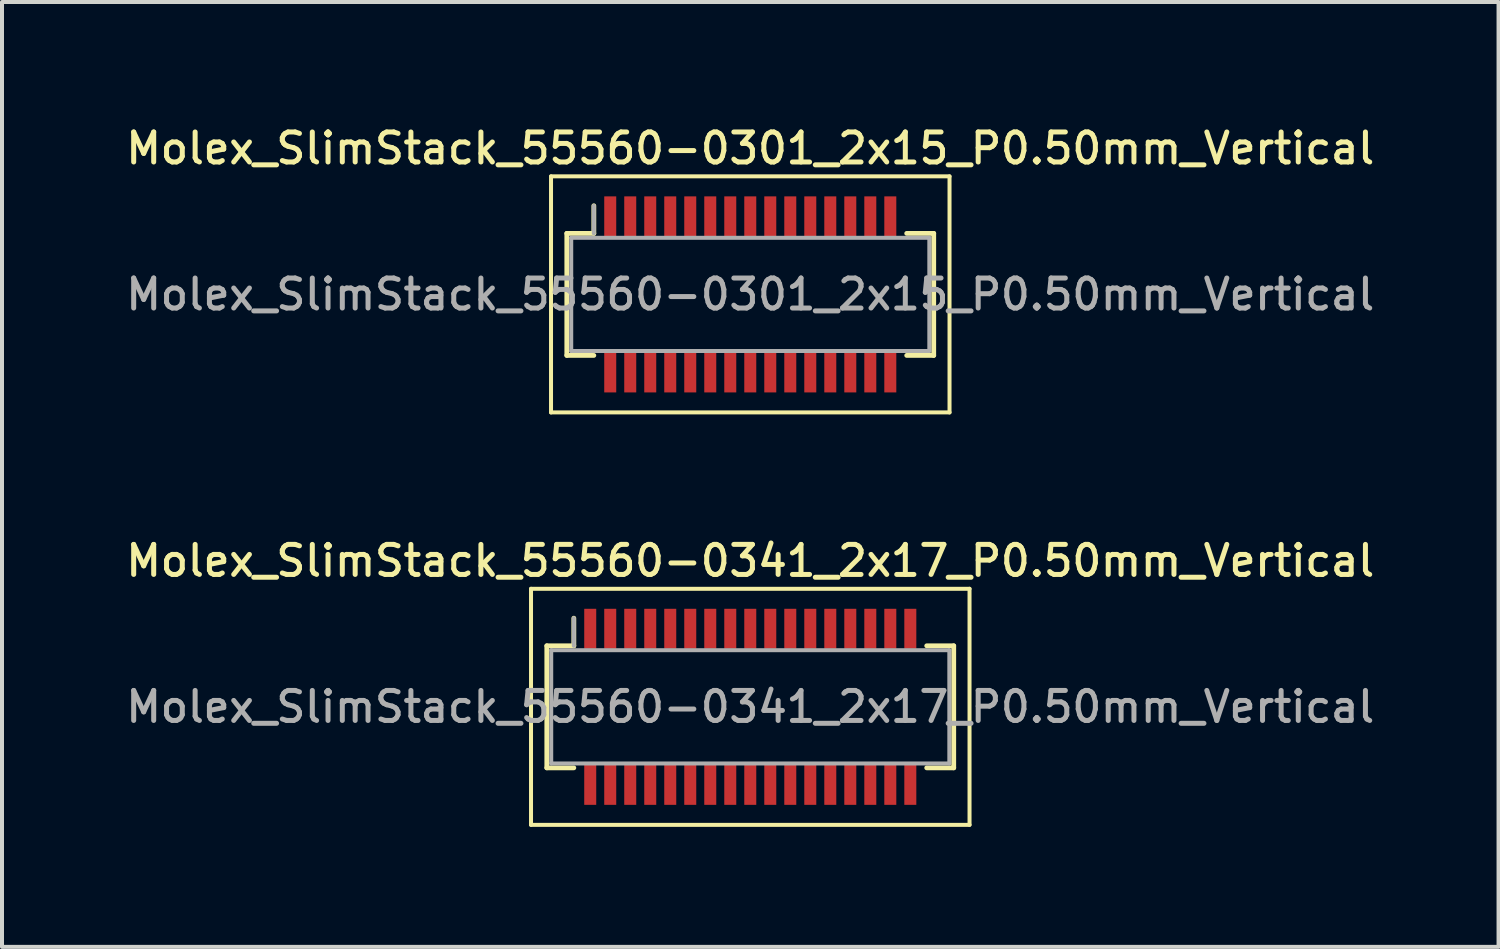
<source format=kicad_pcb>
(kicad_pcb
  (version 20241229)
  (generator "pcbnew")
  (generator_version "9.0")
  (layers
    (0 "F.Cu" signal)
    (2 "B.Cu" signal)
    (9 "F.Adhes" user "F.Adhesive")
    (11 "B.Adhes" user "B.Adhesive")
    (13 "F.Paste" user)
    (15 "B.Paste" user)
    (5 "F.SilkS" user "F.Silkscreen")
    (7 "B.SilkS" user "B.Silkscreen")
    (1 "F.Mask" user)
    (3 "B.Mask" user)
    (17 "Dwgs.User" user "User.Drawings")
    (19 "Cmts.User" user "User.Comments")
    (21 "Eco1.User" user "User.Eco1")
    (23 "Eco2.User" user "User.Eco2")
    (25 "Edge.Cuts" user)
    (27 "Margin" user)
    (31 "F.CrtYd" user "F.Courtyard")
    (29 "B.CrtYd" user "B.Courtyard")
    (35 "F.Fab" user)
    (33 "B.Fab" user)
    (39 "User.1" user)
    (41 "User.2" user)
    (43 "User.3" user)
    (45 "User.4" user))
  (footprint "Molex_SlimStack_55560-0341_2x17_P0.50mm_Vertical"
    (layer "F.Cu")
    (at 15.702 14.616)
    (property "Reference" "Molex_SlimStack_55560-0341_2x17_P0.50mm_Vertical" (at 0 -3.65 0) (layer "F.SilkS") (effects (font (size 0.75 0.75) (thickness 0.125))))
    (attr smd)
    (fp_line (start -5.48 -2.95) (end -5.48 2.95) (stroke (width 0.1) (type solid)) (layer "F.SilkS"))
    (fp_line (start -5.48 2.95) (end 5.48 2.95) (stroke (width 0.1) (type solid)) (layer "F.SilkS"))
    (fp_line (start -5.085 -1.525) (end -4.41 -1.525) (stroke (width 0.12) (type solid)) (layer "F.SilkS"))
    (fp_line (start -5.085 1.525) (end -5.085 -1.525) (stroke (width 0.12) (type solid)) (layer "F.SilkS"))
    (fp_line (start -4.41 -1.525) (end -4.41 -2.215) (stroke (width 0.12) (type solid)) (layer "F.SilkS"))
    (fp_line (start -4.41 1.525) (end -5.085 1.525) (stroke (width 0.12) (type solid)) (layer "F.SilkS"))
    (fp_line (start 4.41 1.525) (end 5.085 1.525) (stroke (width 0.12) (type solid)) (layer "F.SilkS"))
    (fp_line (start 5.085 -1.525) (end 4.41 -1.525) (stroke (width 0.12) (type solid)) (layer "F.SilkS"))
    (fp_line (start 5.085 1.525) (end 5.085 -1.525) (stroke (width 0.12) (type solid)) (layer "F.SilkS"))
    (fp_line (start 5.48 -2.95) (end -5.48 -2.95) (stroke (width 0.1) (type solid)) (layer "F.SilkS"))
    (fp_line (start 5.48 2.95) (end 5.48 -2.95) (stroke (width 0.1) (type solid)) (layer "F.SilkS"))
    (fp_line (start -4.975 -1.415) (end -4.975 1.415) (stroke (width 0.1) (type solid)) (layer "F.Fab"))
    (fp_line (start -4.975 1.415) (end 4.975 1.415) (stroke (width 0.1) (type solid)) (layer "F.Fab"))
    (fp_line (start -4.41 -1.525) (end -4.41 -2.215) (stroke (width 0.1) (type solid)) (layer "F.Fab"))
    (fp_line (start 4.975 -1.415) (end -4.975 -1.415) (stroke (width 0.1) (type solid)) (layer "F.Fab"))
    (fp_line (start 4.975 1.415) (end 4.975 -1.415) (stroke (width 0.1) (type solid)) (layer "F.Fab"))
    (fp_text user "${REFERENCE}" (at 0 0 0) (layer "F.Fab") (effects (font (size 0.75 0.75) (thickness 0.125))))
    (pad "1" smd rect (at -4 -1.95) (size 0.3 1) (layers "F.Cu" "F.Mask" "F.Paste"))
    (pad "2" smd rect (at -4 1.95) (size 0.3 1) (layers "F.Cu" "F.Mask" "F.Paste"))
    (pad "3" smd rect (at -3.5 -1.95) (size 0.3 1) (layers "F.Cu" "F.Mask" "F.Paste"))
    (pad "4" smd rect (at -3.5 1.95) (size 0.3 1) (layers "F.Cu" "F.Mask" "F.Paste"))
    (pad "5" smd rect (at -3 -1.95) (size 0.3 1) (layers "F.Cu" "F.Mask" "F.Paste"))
    (pad "6" smd rect (at -3 1.95) (size 0.3 1) (layers "F.Cu" "F.Mask" "F.Paste"))
    (pad "7" smd rect (at -2.5 -1.95) (size 0.3 1) (layers "F.Cu" "F.Mask" "F.Paste"))
    (pad "8" smd rect (at -2.5 1.95) (size 0.3 1) (layers "F.Cu" "F.Mask" "F.Paste"))
    (pad "9" smd rect (at -2 -1.95) (size 0.3 1) (layers "F.Cu" "F.Mask" "F.Paste"))
    (pad "10" smd rect (at -2 1.95) (size 0.3 1) (layers "F.Cu" "F.Mask" "F.Paste"))
    (pad "11" smd rect (at -1.5 -1.95) (size 0.3 1) (layers "F.Cu" "F.Mask" "F.Paste"))
    (pad "12" smd rect (at -1.5 1.95) (size 0.3 1) (layers "F.Cu" "F.Mask" "F.Paste"))
    (pad "13" smd rect (at -1 -1.95) (size 0.3 1) (layers "F.Cu" "F.Mask" "F.Paste"))
    (pad "14" smd rect (at -1 1.95) (size 0.3 1) (layers "F.Cu" "F.Mask" "F.Paste"))
    (pad "15" smd rect (at -0.5 -1.95) (size 0.3 1) (layers "F.Cu" "F.Mask" "F.Paste"))
    (pad "16" smd rect (at -0.5 1.95) (size 0.3 1) (layers "F.Cu" "F.Mask" "F.Paste"))
    (pad "17" smd rect (at 0 -1.95) (size 0.3 1) (layers "F.Cu" "F.Mask" "F.Paste"))
    (pad "18" smd rect (at 0 1.95) (size 0.3 1) (layers "F.Cu" "F.Mask" "F.Paste"))
    (pad "19" smd rect (at 0.5 -1.95) (size 0.3 1) (layers "F.Cu" "F.Mask" "F.Paste"))
    (pad "20" smd rect (at 0.5 1.95) (size 0.3 1) (layers "F.Cu" "F.Mask" "F.Paste"))
    (pad "21" smd rect (at 1 -1.95) (size 0.3 1) (layers "F.Cu" "F.Mask" "F.Paste"))
    (pad "22" smd rect (at 1 1.95) (size 0.3 1) (layers "F.Cu" "F.Mask" "F.Paste"))
    (pad "23" smd rect (at 1.5 -1.95) (size 0.3 1) (layers "F.Cu" "F.Mask" "F.Paste"))
    (pad "24" smd rect (at 1.5 1.95) (size 0.3 1) (layers "F.Cu" "F.Mask" "F.Paste"))
    (pad "25" smd rect (at 2 -1.95) (size 0.3 1) (layers "F.Cu" "F.Mask" "F.Paste"))
    (pad "26" smd rect (at 2 1.95) (size 0.3 1) (layers "F.Cu" "F.Mask" "F.Paste"))
    (pad "27" smd rect (at 2.5 -1.95) (size 0.3 1) (layers "F.Cu" "F.Mask" "F.Paste"))
    (pad "28" smd rect (at 2.5 1.95) (size 0.3 1) (layers "F.Cu" "F.Mask" "F.Paste"))
    (pad "29" smd rect (at 3 -1.95) (size 0.3 1) (layers "F.Cu" "F.Mask" "F.Paste"))
    (pad "30" smd rect (at 3 1.95) (size 0.3 1) (layers "F.Cu" "F.Mask" "F.Paste"))
    (pad "31" smd rect (at 3.5 -1.95) (size 0.3 1) (layers "F.Cu" "F.Mask" "F.Paste"))
    (pad "32" smd rect (at 3.5 1.95) (size 0.3 1) (layers "F.Cu" "F.Mask" "F.Paste"))
    (pad "33" smd rect (at 4 -1.95) (size 0.3 1) (layers "F.Cu" "F.Mask" "F.Paste"))
    (pad "34" smd rect (at 4 1.95) (size 0.3 1) (layers "F.Cu" "F.Mask" "F.Paste")))
  (footprint "Molex_SlimStack_55560-0301_2x15_P0.50mm_Vertical"
    (layer "F.Cu")
    (at 15.702 4.308)
    (property "Reference" "Molex_SlimStack_55560-0301_2x15_P0.50mm_Vertical" (at 0 -3.65 0) (layer "F.SilkS") (effects (font (size 0.75 0.75) (thickness 0.125))))
    (attr smd)
    (fp_line (start -4.98 -2.95) (end -4.98 2.95) (stroke (width 0.1) (type solid)) (layer "F.SilkS"))
    (fp_line (start -4.98 2.95) (end 4.98 2.95) (stroke (width 0.1) (type solid)) (layer "F.SilkS"))
    (fp_line (start -4.585 -1.525) (end -3.91 -1.525) (stroke (width 0.12) (type solid)) (layer "F.SilkS"))
    (fp_line (start -4.585 1.525) (end -4.585 -1.525) (stroke (width 0.12) (type solid)) (layer "F.SilkS"))
    (fp_line (start -3.91 -1.525) (end -3.91 -2.215) (stroke (width 0.12) (type solid)) (layer "F.SilkS"))
    (fp_line (start -3.91 1.525) (end -4.585 1.525) (stroke (width 0.12) (type solid)) (layer "F.SilkS"))
    (fp_line (start 3.91 1.525) (end 4.585 1.525) (stroke (width 0.12) (type solid)) (layer "F.SilkS"))
    (fp_line (start 4.585 -1.525) (end 3.91 -1.525) (stroke (width 0.12) (type solid)) (layer "F.SilkS"))
    (fp_line (start 4.585 1.525) (end 4.585 -1.525) (stroke (width 0.12) (type solid)) (layer "F.SilkS"))
    (fp_line (start 4.98 -2.95) (end -4.98 -2.95) (stroke (width 0.1) (type solid)) (layer "F.SilkS"))
    (fp_line (start 4.98 2.95) (end 4.98 -2.95) (stroke (width 0.1) (type solid)) (layer "F.SilkS"))
    (fp_line (start -4.475 -1.415) (end -4.475 1.415) (stroke (width 0.1) (type solid)) (layer "F.Fab"))
    (fp_line (start -4.475 1.415) (end 4.475 1.415) (stroke (width 0.1) (type solid)) (layer "F.Fab"))
    (fp_line (start -3.91 -1.525) (end -3.91 -2.215) (stroke (width 0.1) (type solid)) (layer "F.Fab"))
    (fp_line (start 4.475 -1.415) (end -4.475 -1.415) (stroke (width 0.1) (type solid)) (layer "F.Fab"))
    (fp_line (start 4.475 1.415) (end 4.475 -1.415) (stroke (width 0.1) (type solid)) (layer "F.Fab"))
    (fp_text user "${REFERENCE}" (at 0 0 0) (layer "F.Fab") (effects (font (size 0.75 0.75) (thickness 0.125))))
    (pad "1" smd rect (at -3.5 -1.95) (size 0.3 1) (layers "F.Cu" "F.Mask" "F.Paste"))
    (pad "2" smd rect (at -3.5 1.95) (size 0.3 1) (layers "F.Cu" "F.Mask" "F.Paste"))
    (pad "3" smd rect (at -3 -1.95) (size 0.3 1) (layers "F.Cu" "F.Mask" "F.Paste"))
    (pad "4" smd rect (at -3 1.95) (size 0.3 1) (layers "F.Cu" "F.Mask" "F.Paste"))
    (pad "5" smd rect (at -2.5 -1.95) (size 0.3 1) (layers "F.Cu" "F.Mask" "F.Paste"))
    (pad "6" smd rect (at -2.5 1.95) (size 0.3 1) (layers "F.Cu" "F.Mask" "F.Paste"))
    (pad "7" smd rect (at -2 -1.95) (size 0.3 1) (layers "F.Cu" "F.Mask" "F.Paste"))
    (pad "8" smd rect (at -2 1.95) (size 0.3 1) (layers "F.Cu" "F.Mask" "F.Paste"))
    (pad "9" smd rect (at -1.5 -1.95) (size 0.3 1) (layers "F.Cu" "F.Mask" "F.Paste"))
    (pad "10" smd rect (at -1.5 1.95) (size 0.3 1) (layers "F.Cu" "F.Mask" "F.Paste"))
    (pad "11" smd rect (at -1 -1.95) (size 0.3 1) (layers "F.Cu" "F.Mask" "F.Paste"))
    (pad "12" smd rect (at -1 1.95) (size 0.3 1) (layers "F.Cu" "F.Mask" "F.Paste"))
    (pad "13" smd rect (at -0.5 -1.95) (size 0.3 1) (layers "F.Cu" "F.Mask" "F.Paste"))
    (pad "14" smd rect (at -0.5 1.95) (size 0.3 1) (layers "F.Cu" "F.Mask" "F.Paste"))
    (pad "15" smd rect (at 0 -1.95) (size 0.3 1) (layers "F.Cu" "F.Mask" "F.Paste"))
    (pad "16" smd rect (at 0 1.95) (size 0.3 1) (layers "F.Cu" "F.Mask" "F.Paste"))
    (pad "17" smd rect (at 0.5 -1.95) (size 0.3 1) (layers "F.Cu" "F.Mask" "F.Paste"))
    (pad "18" smd rect (at 0.5 1.95) (size 0.3 1) (layers "F.Cu" "F.Mask" "F.Paste"))
    (pad "19" smd rect (at 1 -1.95) (size 0.3 1) (layers "F.Cu" "F.Mask" "F.Paste"))
    (pad "20" smd rect (at 1 1.95) (size 0.3 1) (layers "F.Cu" "F.Mask" "F.Paste"))
    (pad "21" smd rect (at 1.5 -1.95) (size 0.3 1) (layers "F.Cu" "F.Mask" "F.Paste"))
    (pad "22" smd rect (at 1.5 1.95) (size 0.3 1) (layers "F.Cu" "F.Mask" "F.Paste"))
    (pad "23" smd rect (at 2 -1.95) (size 0.3 1) (layers "F.Cu" "F.Mask" "F.Paste"))
    (pad "24" smd rect (at 2 1.95) (size 0.3 1) (layers "F.Cu" "F.Mask" "F.Paste"))
    (pad "25" smd rect (at 2.5 -1.95) (size 0.3 1) (layers "F.Cu" "F.Mask" "F.Paste"))
    (pad "26" smd rect (at 2.5 1.95) (size 0.3 1) (layers "F.Cu" "F.Mask" "F.Paste"))
    (pad "27" smd rect (at 3 -1.95) (size 0.3 1) (layers "F.Cu" "F.Mask" "F.Paste"))
    (pad "28" smd rect (at 3 1.95) (size 0.3 1) (layers "F.Cu" "F.Mask" "F.Paste"))
    (pad "29" smd rect (at 3.5 -1.95) (size 0.3 1) (layers "F.Cu" "F.Mask" "F.Paste"))
    (pad "30" smd rect (at 3.5 1.95) (size 0.3 1) (layers "F.Cu" "F.Mask" "F.Paste")))
  (gr_rect
    (start -3 -3)
    (end 34.404 20.616)
    (stroke (width 0.1) (type default))
    (fill no)
    (layer "Edge.Cuts")))
</source>
